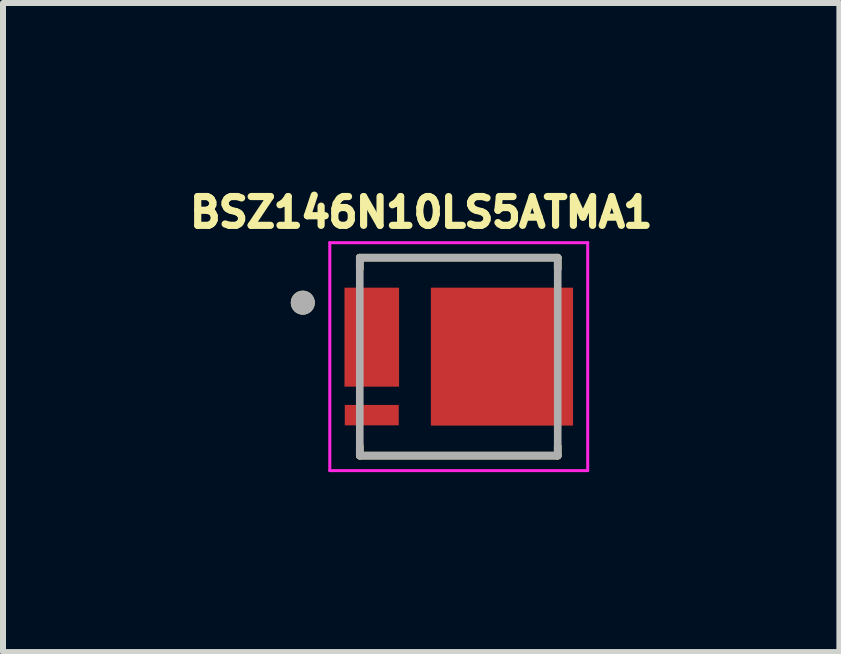
<source format=kicad_pcb>
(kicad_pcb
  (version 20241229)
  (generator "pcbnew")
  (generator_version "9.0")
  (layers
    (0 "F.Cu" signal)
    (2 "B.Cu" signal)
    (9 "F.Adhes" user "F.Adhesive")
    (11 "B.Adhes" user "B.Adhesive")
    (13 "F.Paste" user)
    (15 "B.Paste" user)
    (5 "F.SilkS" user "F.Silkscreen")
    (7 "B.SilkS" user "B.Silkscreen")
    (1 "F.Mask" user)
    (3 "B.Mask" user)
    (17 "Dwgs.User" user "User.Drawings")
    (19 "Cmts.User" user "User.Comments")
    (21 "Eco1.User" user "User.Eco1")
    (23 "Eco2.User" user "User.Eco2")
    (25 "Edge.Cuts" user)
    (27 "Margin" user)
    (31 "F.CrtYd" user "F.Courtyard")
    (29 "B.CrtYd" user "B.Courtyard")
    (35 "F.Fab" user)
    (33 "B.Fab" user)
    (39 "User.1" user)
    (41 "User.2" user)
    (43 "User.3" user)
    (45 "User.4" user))
  (footprint "BSZ146N10LS5ATMA1"
    (layer "F.Cu")
    (at 4.598 2.896)
    (property "Reference" "BSZ146N10LS5ATMA1" (at -0.626 -2.405 0) (layer "F.SilkS") (effects (font (size 0.48 0.48) (thickness 0.12))))
    (attr smd)
    (fp_poly (pts (xy -1.9 0.805) (xy -1 0.805) (xy -1 1.145) (xy -1.9 1.145)) (stroke (width 0.01) (type solid)) (fill yes) (layer "F.Mask"))
    (fp_poly (pts (xy -1.9 0.495) (xy -1.9 0.155) (xy -1.45 0.155) (xy -1.45 -0.155) (xy -1.9 -0.155) (xy -1.9 -0.495) (xy -1.45 -0.495) (xy -1.45 -0.805) (xy -1.9 -0.805) (xy -1.9 -1.145) (xy -1 -1.145) (xy -1 0.495)) (stroke (width 0.01) (type solid)) (fill yes) (layer "F.Mask"))
    (fp_poly (pts (xy -0.46 1.145) (xy -0.46 -1.145) (xy 1.9 -1.145) (xy 1.9 -0.805) (xy 1.25 -0.805) (xy 1.25 -0.495) (xy 1.9 -0.495) (xy 1.9 -0.155) (xy 1.25 -0.155) (xy 1.25 0.155) (xy 1.9 0.155) (xy 1.9 0.495) (xy 1.25 0.495) (xy 1.25 0.805) (xy 1.9 0.805) (xy 1.9 1.145)) (stroke (width 0.01) (type solid)) (fill yes) (layer "F.Mask"))
    (fp_line (start -1.65 -1.65) (end 1.65 -1.65) (stroke (width 0.127) (type solid)) (layer "F.SilkS"))
    (fp_line (start -1.65 -1.465) (end -1.65 -1.65) (stroke (width 0.127) (type solid)) (layer "F.SilkS"))
    (fp_line (start -1.65 1.65) (end -1.65 1.495) (stroke (width 0.127) (type solid)) (layer "F.SilkS"))
    (fp_line (start 1.65 -1.465) (end 1.65 -1.65) (stroke (width 0.127) (type solid)) (layer "F.SilkS"))
    (fp_line (start 1.65 1.65) (end -1.65 1.65) (stroke (width 0.127) (type solid)) (layer "F.SilkS"))
    (fp_line (start 1.65 1.65) (end 1.65 1.495) (stroke (width 0.127) (type solid)) (layer "F.SilkS"))
    (fp_circle (center -2.6 -0.9) (end -2.5 -0.9) (stroke (width 0.2) (type solid)) (fill no) (layer "F.SilkS"))
    (fp_poly (pts (xy -1.79 -1.095) (xy -1.61 -1.095) (xy -1.607 -1.095) (xy -1.604 -1.095) (xy -1.601 -1.094) (xy -1.598 -1.094) (xy -1.594 -1.093) (xy -1.591 -1.092) (xy -1.588 -1.091) (xy -1.586 -1.09) (xy -1.583 -1.088) (xy -1.58 -1.087) (xy -1.577 -1.085) (xy -1.575 -1.084) (xy -1.572 -1.082) (xy -1.57 -1.08) (xy -1.568 -1.077) (xy -1.565 -1.075) (xy -1.563 -1.073) (xy -1.561 -1.07) (xy -1.56 -1.068) (xy -1.558 -1.065) (xy -1.557 -1.062) (xy -1.555 -1.059) (xy -1.554 -1.057) (xy -1.553 -1.054) (xy -1.552 -1.051) (xy -1.551 -1.047) (xy -1.551 -1.044) (xy -1.55 -1.041) (xy -1.55 -1.038) (xy -1.55 -1.035) (xy -1.55 -0.915) (xy -1.55 -0.912) (xy -1.55 -0.909) (xy -1.551 -0.906) (xy -1.551 -0.903) (xy -1.552 -0.899) (xy -1.553 -0.896) (xy -1.554 -0.893) (xy -1.555 -0.891) (xy -1.557 -0.888) (xy -1.558 -0.885) (xy -1.56 -0.882) (xy -1.561 -0.88) (xy -1.563 -0.877) (xy -1.565 -0.875) (xy -1.568 -0.873) (xy -1.57 -0.87) (xy -1.572 -0.868) (xy -1.575 -0.866) (xy -1.577 -0.865) (xy -1.58 -0.863) (xy -1.583 -0.862) (xy -1.586 -0.86) (xy -1.588 -0.859) (xy -1.591 -0.858) (xy -1.594 -0.857) (xy -1.598 -0.856) (xy -1.601 -0.856) (xy -1.604 -0.855) (xy -1.607 -0.855) (xy -1.61 -0.855) (xy -1.79 -0.855) (xy -1.793 -0.855) (xy -1.796 -0.855) (xy -1.799 -0.856) (xy -1.802 -0.856) (xy -1.806 -0.857) (xy -1.809 -0.858) (xy -1.812 -0.859) (xy -1.814 -0.86) (xy -1.817 -0.862) (xy -1.82 -0.863) (xy -1.823 -0.865) (xy -1.825 -0.866) (xy -1.828 -0.868) (xy -1.83 -0.87) (xy -1.832 -0.873) (xy -1.835 -0.875) (xy -1.837 -0.877) (xy -1.839 -0.88) (xy -1.84 -0.882) (xy -1.842 -0.885) (xy -1.843 -0.888) (xy -1.845 -0.891) (xy -1.846 -0.893) (xy -1.847 -0.896) (xy -1.848 -0.899) (xy -1.849 -0.903) (xy -1.849 -0.906) (xy -1.85 -0.909) (xy -1.85 -0.912) (xy -1.85 -0.915) (xy -1.85 -1.035) (xy -1.85 -1.038) (xy -1.85 -1.041) (xy -1.849 -1.044) (xy -1.849 -1.047) (xy -1.848 -1.051) (xy -1.847 -1.054) (xy -1.846 -1.057) (xy -1.845 -1.059) (xy -1.843 -1.062) (xy -1.842 -1.065) (xy -1.84 -1.068) (xy -1.839 -1.07) (xy -1.837 -1.073) (xy -1.835 -1.075) (xy -1.832 -1.077) (xy -1.83 -1.08) (xy -1.828 -1.082) (xy -1.825 -1.084) (xy -1.823 -1.085) (xy -1.82 -1.087) (xy -1.817 -1.088) (xy -1.814 -1.09) (xy -1.812 -1.091) (xy -1.809 -1.092) (xy -1.806 -1.093) (xy -1.802 -1.094) (xy -1.799 -1.094) (xy -1.796 -1.095) (xy -1.793 -1.095) (xy -1.79 -1.095)) (stroke (width 0.01) (type solid)) (fill yes) (layer "F.Paste"))
    (fp_poly (pts (xy -1.79 -0.445) (xy -1.61 -0.445) (xy -1.607 -0.445) (xy -1.604 -0.445) (xy -1.601 -0.444) (xy -1.598 -0.444) (xy -1.594 -0.443) (xy -1.591 -0.442) (xy -1.588 -0.441) (xy -1.586 -0.44) (xy -1.583 -0.438) (xy -1.58 -0.437) (xy -1.577 -0.435) (xy -1.575 -0.434) (xy -1.572 -0.432) (xy -1.57 -0.43) (xy -1.568 -0.427) (xy -1.565 -0.425) (xy -1.563 -0.423) (xy -1.561 -0.42) (xy -1.56 -0.418) (xy -1.558 -0.415) (xy -1.557 -0.412) (xy -1.555 -0.409) (xy -1.554 -0.407) (xy -1.553 -0.404) (xy -1.552 -0.401) (xy -1.551 -0.397) (xy -1.551 -0.394) (xy -1.55 -0.391) (xy -1.55 -0.388) (xy -1.55 -0.385) (xy -1.55 -0.265) (xy -1.55 -0.262) (xy -1.55 -0.259) (xy -1.551 -0.256) (xy -1.551 -0.253) (xy -1.552 -0.249) (xy -1.553 -0.246) (xy -1.554 -0.243) (xy -1.555 -0.241) (xy -1.557 -0.238) (xy -1.558 -0.235) (xy -1.56 -0.232) (xy -1.561 -0.23) (xy -1.563 -0.227) (xy -1.565 -0.225) (xy -1.568 -0.223) (xy -1.57 -0.22) (xy -1.572 -0.218) (xy -1.575 -0.216) (xy -1.577 -0.215) (xy -1.58 -0.213) (xy -1.583 -0.212) (xy -1.586 -0.21) (xy -1.588 -0.209) (xy -1.591 -0.208) (xy -1.594 -0.207) (xy -1.598 -0.206) (xy -1.601 -0.206) (xy -1.604 -0.205) (xy -1.607 -0.205) (xy -1.61 -0.205) (xy -1.79 -0.205) (xy -1.793 -0.205) (xy -1.796 -0.205) (xy -1.799 -0.206) (xy -1.802 -0.206) (xy -1.806 -0.207) (xy -1.809 -0.208) (xy -1.812 -0.209) (xy -1.814 -0.21) (xy -1.817 -0.212) (xy -1.82 -0.213) (xy -1.823 -0.215) (xy -1.825 -0.216) (xy -1.828 -0.218) (xy -1.83 -0.22) (xy -1.832 -0.223) (xy -1.835 -0.225) (xy -1.837 -0.227) (xy -1.839 -0.23) (xy -1.84 -0.232) (xy -1.842 -0.235) (xy -1.843 -0.238) (xy -1.845 -0.241) (xy -1.846 -0.243) (xy -1.847 -0.246) (xy -1.848 -0.249) (xy -1.849 -0.253) (xy -1.849 -0.256) (xy -1.85 -0.259) (xy -1.85 -0.262) (xy -1.85 -0.265) (xy -1.85 -0.385) (xy -1.85 -0.388) (xy -1.85 -0.391) (xy -1.849 -0.394) (xy -1.849 -0.397) (xy -1.848 -0.401) (xy -1.847 -0.404) (xy -1.846 -0.407) (xy -1.845 -0.409) (xy -1.843 -0.412) (xy -1.842 -0.415) (xy -1.84 -0.418) (xy -1.839 -0.42) (xy -1.837 -0.423) (xy -1.835 -0.425) (xy -1.832 -0.427) (xy -1.83 -0.43) (xy -1.828 -0.432) (xy -1.825 -0.434) (xy -1.823 -0.435) (xy -1.82 -0.437) (xy -1.817 -0.438) (xy -1.814 -0.44) (xy -1.812 -0.441) (xy -1.809 -0.442) (xy -1.806 -0.443) (xy -1.802 -0.444) (xy -1.799 -0.444) (xy -1.796 -0.445) (xy -1.793 -0.445) (xy -1.79 -0.445)) (stroke (width 0.01) (type solid)) (fill yes) (layer "F.Paste"))
    (fp_poly (pts (xy -1.79 0.205) (xy -1.61 0.205) (xy -1.607 0.205) (xy -1.604 0.205) (xy -1.601 0.206) (xy -1.598 0.206) (xy -1.594 0.207) (xy -1.591 0.208) (xy -1.588 0.209) (xy -1.586 0.21) (xy -1.583 0.212) (xy -1.58 0.213) (xy -1.577 0.215) (xy -1.575 0.216) (xy -1.572 0.218) (xy -1.57 0.22) (xy -1.568 0.223) (xy -1.565 0.225) (xy -1.563 0.227) (xy -1.561 0.23) (xy -1.56 0.232) (xy -1.558 0.235) (xy -1.557 0.238) (xy -1.555 0.241) (xy -1.554 0.243) (xy -1.553 0.246) (xy -1.552 0.249) (xy -1.551 0.253) (xy -1.551 0.256) (xy -1.55 0.259) (xy -1.55 0.262) (xy -1.55 0.265) (xy -1.55 0.385) (xy -1.55 0.388) (xy -1.55 0.391) (xy -1.551 0.394) (xy -1.551 0.397) (xy -1.552 0.401) (xy -1.553 0.404) (xy -1.554 0.407) (xy -1.555 0.409) (xy -1.557 0.412) (xy -1.558 0.415) (xy -1.56 0.418) (xy -1.561 0.42) (xy -1.563 0.423) (xy -1.565 0.425) (xy -1.568 0.427) (xy -1.57 0.43) (xy -1.572 0.432) (xy -1.575 0.434) (xy -1.577 0.435) (xy -1.58 0.437) (xy -1.583 0.438) (xy -1.586 0.44) (xy -1.588 0.441) (xy -1.591 0.442) (xy -1.594 0.443) (xy -1.598 0.444) (xy -1.601 0.444) (xy -1.604 0.445) (xy -1.607 0.445) (xy -1.61 0.445) (xy -1.79 0.445) (xy -1.793 0.445) (xy -1.796 0.445) (xy -1.799 0.444) (xy -1.802 0.444) (xy -1.806 0.443) (xy -1.809 0.442) (xy -1.812 0.441) (xy -1.814 0.44) (xy -1.817 0.438) (xy -1.82 0.437) (xy -1.823 0.435) (xy -1.825 0.434) (xy -1.828 0.432) (xy -1.83 0.43) (xy -1.832 0.427) (xy -1.835 0.425) (xy -1.837 0.423) (xy -1.839 0.42) (xy -1.84 0.418) (xy -1.842 0.415) (xy -1.843 0.412) (xy -1.845 0.409) (xy -1.846 0.407) (xy -1.847 0.404) (xy -1.848 0.401) (xy -1.849 0.397) (xy -1.849 0.394) (xy -1.85 0.391) (xy -1.85 0.388) (xy -1.85 0.385) (xy -1.85 0.265) (xy -1.85 0.262) (xy -1.85 0.259) (xy -1.849 0.256) (xy -1.849 0.253) (xy -1.848 0.249) (xy -1.847 0.246) (xy -1.846 0.243) (xy -1.845 0.241) (xy -1.843 0.238) (xy -1.842 0.235) (xy -1.84 0.232) (xy -1.839 0.23) (xy -1.837 0.227) (xy -1.835 0.225) (xy -1.832 0.223) (xy -1.83 0.22) (xy -1.828 0.218) (xy -1.825 0.216) (xy -1.823 0.215) (xy -1.82 0.213) (xy -1.817 0.212) (xy -1.814 0.21) (xy -1.812 0.209) (xy -1.809 0.208) (xy -1.806 0.207) (xy -1.802 0.206) (xy -1.799 0.206) (xy -1.796 0.205) (xy -1.793 0.205) (xy -1.79 0.205)) (stroke (width 0.01) (type solid)) (fill yes) (layer "F.Paste"))
    (fp_poly (pts (xy -1.79 0.855) (xy -1.21 0.855) (xy -1.207 0.855) (xy -1.204 0.855) (xy -1.201 0.856) (xy -1.198 0.856) (xy -1.194 0.857) (xy -1.191 0.858) (xy -1.188 0.859) (xy -1.186 0.86) (xy -1.183 0.862) (xy -1.18 0.863) (xy -1.177 0.865) (xy -1.175 0.866) (xy -1.172 0.868) (xy -1.17 0.87) (xy -1.168 0.873) (xy -1.165 0.875) (xy -1.163 0.877) (xy -1.161 0.88) (xy -1.16 0.882) (xy -1.158 0.885) (xy -1.157 0.888) (xy -1.155 0.891) (xy -1.154 0.893) (xy -1.153 0.896) (xy -1.152 0.899) (xy -1.151 0.903) (xy -1.151 0.906) (xy -1.15 0.909) (xy -1.15 0.912) (xy -1.15 0.915) (xy -1.15 1.035) (xy -1.15 1.038) (xy -1.15 1.041) (xy -1.151 1.044) (xy -1.151 1.047) (xy -1.152 1.051) (xy -1.153 1.054) (xy -1.154 1.057) (xy -1.155 1.059) (xy -1.157 1.062) (xy -1.158 1.065) (xy -1.16 1.068) (xy -1.161 1.07) (xy -1.163 1.073) (xy -1.165 1.075) (xy -1.168 1.077) (xy -1.17 1.08) (xy -1.172 1.082) (xy -1.175 1.084) (xy -1.177 1.085) (xy -1.18 1.087) (xy -1.183 1.088) (xy -1.186 1.09) (xy -1.188 1.091) (xy -1.191 1.092) (xy -1.194 1.093) (xy -1.198 1.094) (xy -1.201 1.094) (xy -1.204 1.095) (xy -1.207 1.095) (xy -1.21 1.095) (xy -1.79 1.095) (xy -1.793 1.095) (xy -1.796 1.095) (xy -1.799 1.094) (xy -1.802 1.094) (xy -1.806 1.093) (xy -1.809 1.092) (xy -1.812 1.091) (xy -1.814 1.09) (xy -1.817 1.088) (xy -1.82 1.087) (xy -1.823 1.085) (xy -1.825 1.084) (xy -1.828 1.082) (xy -1.83 1.08) (xy -1.832 1.077) (xy -1.835 1.075) (xy -1.837 1.073) (xy -1.839 1.07) (xy -1.84 1.068) (xy -1.842 1.065) (xy -1.843 1.062) (xy -1.845 1.059) (xy -1.846 1.057) (xy -1.847 1.054) (xy -1.848 1.051) (xy -1.849 1.047) (xy -1.849 1.044) (xy -1.85 1.041) (xy -1.85 1.038) (xy -1.85 1.035) (xy -1.85 0.915) (xy -1.85 0.912) (xy -1.85 0.909) (xy -1.849 0.906) (xy -1.849 0.903) (xy -1.848 0.899) (xy -1.847 0.896) (xy -1.846 0.893) (xy -1.845 0.891) (xy -1.843 0.888) (xy -1.842 0.885) (xy -1.84 0.882) (xy -1.839 0.88) (xy -1.837 0.877) (xy -1.835 0.875) (xy -1.832 0.873) (xy -1.83 0.87) (xy -1.828 0.868) (xy -1.825 0.866) (xy -1.823 0.865) (xy -1.82 0.863) (xy -1.817 0.862) (xy -1.814 0.86) (xy -1.812 0.859) (xy -1.809 0.858) (xy -1.806 0.857) (xy -1.802 0.856) (xy -1.799 0.856) (xy -1.796 0.855) (xy -1.793 0.855) (xy -1.79 0.855)) (stroke (width 0.01) (type solid)) (fill yes) (layer "F.Paste"))
    (fp_poly (pts (xy -1.335 -1.095) (xy -1.105 -1.095) (xy -1.102 -1.095) (xy -1.099 -1.094) (xy -1.097 -1.094) (xy -1.094 -1.093) (xy -1.091 -1.093) (xy -1.088 -1.092) (xy -1.085 -1.09) (xy -1.082 -1.089) (xy -1.08 -1.088) (xy -1.077 -1.086) (xy -1.074 -1.085) (xy -1.072 -1.083) (xy -1.07 -1.081) (xy -1.068 -1.079) (xy -1.065 -1.077) (xy -1.063 -1.074) (xy -1.062 -1.072) (xy -1.06 -1.07) (xy -1.058 -1.067) (xy -1.057 -1.065) (xy -1.055 -1.062) (xy -1.054 -1.059) (xy -1.053 -1.056) (xy -1.052 -1.053) (xy -1.051 -1.05) (xy -1.051 -1.047) (xy -1.05 -1.045) (xy -1.05 -1.042) (xy -1.05 -1.039) (xy -1.05 -1.035) (xy -1.05 -0.485) (xy -1.05 -0.481) (xy -1.05 -0.478) (xy -1.05 -0.475) (xy -1.051 -0.473) (xy -1.051 -0.47) (xy -1.052 -0.467) (xy -1.053 -0.464) (xy -1.054 -0.461) (xy -1.055 -0.458) (xy -1.057 -0.455) (xy -1.058 -0.453) (xy -1.06 -0.45) (xy -1.062 -0.448) (xy -1.063 -0.446) (xy -1.065 -0.443) (xy -1.068 -0.441) (xy -1.07 -0.439) (xy -1.072 -0.437) (xy -1.074 -0.435) (xy -1.077 -0.434) (xy -1.08 -0.432) (xy -1.082 -0.431) (xy -1.085 -0.43) (xy -1.088 -0.428) (xy -1.091 -0.427) (xy -1.094 -0.427) (xy -1.097 -0.426) (xy -1.099 -0.426) (xy -1.102 -0.425) (xy -1.105 -0.425) (xy -1.335 -0.425) (xy -1.339 -0.425) (xy -1.342 -0.425) (xy -1.345 -0.425) (xy -1.348 -0.426) (xy -1.352 -0.427) (xy -1.355 -0.427) (xy -1.358 -0.428) (xy -1.361 -0.43) (xy -1.364 -0.431) (xy -1.367 -0.432) (xy -1.37 -0.434) (xy -1.372 -0.436) (xy -1.375 -0.438) (xy -1.378 -0.44) (xy -1.38 -0.442) (xy -1.382 -0.444) (xy -1.385 -0.446) (xy -1.387 -0.449) (xy -1.389 -0.452) (xy -1.391 -0.454) (xy -1.392 -0.457) (xy -1.394 -0.46) (xy -1.395 -0.463) (xy -1.396 -0.466) (xy -1.397 -0.469) (xy -1.398 -0.472) (xy -1.399 -0.476) (xy -1.399 -0.479) (xy -1.4 -0.482) (xy -1.4 -0.485) (xy -1.4 -1.035) (xy -1.4 -1.038) (xy -1.399 -1.041) (xy -1.399 -1.044) (xy -1.398 -1.048) (xy -1.397 -1.051) (xy -1.396 -1.054) (xy -1.395 -1.057) (xy -1.394 -1.06) (xy -1.392 -1.063) (xy -1.391 -1.066) (xy -1.389 -1.068) (xy -1.387 -1.071) (xy -1.385 -1.074) (xy -1.382 -1.076) (xy -1.38 -1.078) (xy -1.378 -1.08) (xy -1.375 -1.082) (xy -1.372 -1.084) (xy -1.37 -1.086) (xy -1.367 -1.088) (xy -1.364 -1.089) (xy -1.361 -1.09) (xy -1.358 -1.092) (xy -1.355 -1.093) (xy -1.352 -1.093) (xy -1.348 -1.094) (xy -1.345 -1.095) (xy -1.342 -1.095) (xy -1.339 -1.095) (xy -1.335 -1.095)) (stroke (width 0.01) (type solid)) (fill yes) (layer "F.Paste"))
    (fp_poly (pts (xy -1.335 -0.225) (xy -1.105 -0.225) (xy -1.102 -0.225) (xy -1.099 -0.224) (xy -1.097 -0.224) (xy -1.094 -0.223) (xy -1.091 -0.223) (xy -1.088 -0.222) (xy -1.085 -0.22) (xy -1.082 -0.219) (xy -1.08 -0.218) (xy -1.077 -0.216) (xy -1.074 -0.215) (xy -1.072 -0.213) (xy -1.07 -0.211) (xy -1.068 -0.209) (xy -1.065 -0.207) (xy -1.063 -0.204) (xy -1.062 -0.202) (xy -1.06 -0.2) (xy -1.058 -0.197) (xy -1.057 -0.195) (xy -1.055 -0.192) (xy -1.054 -0.189) (xy -1.053 -0.186) (xy -1.052 -0.183) (xy -1.051 -0.18) (xy -1.051 -0.177) (xy -1.05 -0.175) (xy -1.05 -0.172) (xy -1.05 -0.169) (xy -1.05 -0.165) (xy -1.05 0.385) (xy -1.05 0.389) (xy -1.05 0.392) (xy -1.05 0.395) (xy -1.051 0.397) (xy -1.051 0.4) (xy -1.052 0.403) (xy -1.053 0.406) (xy -1.054 0.409) (xy -1.055 0.412) (xy -1.057 0.415) (xy -1.058 0.417) (xy -1.06 0.42) (xy -1.062 0.422) (xy -1.063 0.424) (xy -1.065 0.427) (xy -1.068 0.429) (xy -1.07 0.431) (xy -1.072 0.433) (xy -1.074 0.435) (xy -1.077 0.436) (xy -1.08 0.438) (xy -1.082 0.439) (xy -1.085 0.44) (xy -1.088 0.442) (xy -1.091 0.443) (xy -1.094 0.443) (xy -1.097 0.444) (xy -1.099 0.444) (xy -1.102 0.445) (xy -1.105 0.445) (xy -1.335 0.445) (xy -1.339 0.445) (xy -1.342 0.445) (xy -1.345 0.445) (xy -1.348 0.444) (xy -1.352 0.443) (xy -1.355 0.443) (xy -1.358 0.442) (xy -1.361 0.44) (xy -1.364 0.439) (xy -1.367 0.438) (xy -1.37 0.436) (xy -1.372 0.434) (xy -1.375 0.432) (xy -1.378 0.43) (xy -1.38 0.428) (xy -1.382 0.426) (xy -1.385 0.424) (xy -1.387 0.421) (xy -1.389 0.418) (xy -1.391 0.416) (xy -1.392 0.413) (xy -1.394 0.41) (xy -1.395 0.407) (xy -1.396 0.404) (xy -1.397 0.401) (xy -1.398 0.398) (xy -1.399 0.394) (xy -1.399 0.391) (xy -1.4 0.388) (xy -1.4 0.385) (xy -1.4 -0.165) (xy -1.4 -0.168) (xy -1.399 -0.171) (xy -1.399 -0.174) (xy -1.398 -0.178) (xy -1.397 -0.181) (xy -1.396 -0.184) (xy -1.395 -0.187) (xy -1.394 -0.19) (xy -1.392 -0.193) (xy -1.391 -0.196) (xy -1.389 -0.198) (xy -1.387 -0.201) (xy -1.385 -0.204) (xy -1.382 -0.206) (xy -1.38 -0.208) (xy -1.378 -0.21) (xy -1.375 -0.212) (xy -1.372 -0.214) (xy -1.37 -0.216) (xy -1.367 -0.218) (xy -1.364 -0.219) (xy -1.361 -0.22) (xy -1.358 -0.222) (xy -1.355 -0.223) (xy -1.352 -0.223) (xy -1.348 -0.224) (xy -1.345 -0.225) (xy -1.342 -0.225) (xy -1.339 -0.225) (xy -1.335 -0.225)) (stroke (width 0.01) (type solid)) (fill yes) (layer "F.Paste"))
    (fp_poly (pts (xy -0.29 -1.095) (xy 0.99 -1.095) (xy 0.993 -1.095) (xy 0.996 -1.095) (xy 0.999 -1.094) (xy 1.002 -1.094) (xy 1.006 -1.093) (xy 1.009 -1.092) (xy 1.012 -1.091) (xy 1.014 -1.09) (xy 1.017 -1.088) (xy 1.02 -1.087) (xy 1.023 -1.085) (xy 1.025 -1.084) (xy 1.028 -1.082) (xy 1.03 -1.08) (xy 1.032 -1.077) (xy 1.035 -1.075) (xy 1.037 -1.073) (xy 1.039 -1.07) (xy 1.04 -1.068) (xy 1.042 -1.065) (xy 1.043 -1.062) (xy 1.045 -1.059) (xy 1.046 -1.057) (xy 1.047 -1.054) (xy 1.048 -1.051) (xy 1.049 -1.047) (xy 1.049 -1.044) (xy 1.05 -1.041) (xy 1.05 -1.038) (xy 1.05 -1.035) (xy 1.05 -0.915) (xy 1.05 -0.912) (xy 1.05 -0.909) (xy 1.049 -0.906) (xy 1.049 -0.903) (xy 1.048 -0.899) (xy 1.047 -0.896) (xy 1.046 -0.893) (xy 1.045 -0.891) (xy 1.043 -0.888) (xy 1.042 -0.885) (xy 1.04 -0.882) (xy 1.039 -0.88) (xy 1.037 -0.877) (xy 1.035 -0.875) (xy 1.032 -0.873) (xy 1.03 -0.87) (xy 1.028 -0.868) (xy 1.025 -0.866) (xy 1.023 -0.865) (xy 1.02 -0.863) (xy 1.017 -0.862) (xy 1.014 -0.86) (xy 1.012 -0.859) (xy 1.009 -0.858) (xy 1.006 -0.857) (xy 1.002 -0.856) (xy 0.999 -0.856) (xy 0.996 -0.855) (xy 0.993 -0.855) (xy 0.99 -0.855) (xy -0.29 -0.855) (xy -0.293 -0.855) (xy -0.296 -0.855) (xy -0.299 -0.856) (xy -0.302 -0.856) (xy -0.306 -0.857) (xy -0.309 -0.858) (xy -0.312 -0.859) (xy -0.314 -0.86) (xy -0.317 -0.862) (xy -0.32 -0.863) (xy -0.323 -0.865) (xy -0.325 -0.866) (xy -0.328 -0.868) (xy -0.33 -0.87) (xy -0.332 -0.873) (xy -0.335 -0.875) (xy -0.337 -0.877) (xy -0.339 -0.88) (xy -0.34 -0.882) (xy -0.342 -0.885) (xy -0.343 -0.888) (xy -0.345 -0.891) (xy -0.346 -0.893) (xy -0.347 -0.896) (xy -0.348 -0.899) (xy -0.349 -0.903) (xy -0.349 -0.906) (xy -0.35 -0.909) (xy -0.35 -0.912) (xy -0.35 -0.915) (xy -0.35 -1.035) (xy -0.35 -1.038) (xy -0.35 -1.041) (xy -0.349 -1.044) (xy -0.349 -1.047) (xy -0.348 -1.051) (xy -0.347 -1.054) (xy -0.346 -1.057) (xy -0.345 -1.059) (xy -0.343 -1.062) (xy -0.342 -1.065) (xy -0.34 -1.068) (xy -0.339 -1.07) (xy -0.337 -1.073) (xy -0.335 -1.075) (xy -0.332 -1.077) (xy -0.33 -1.08) (xy -0.328 -1.082) (xy -0.325 -1.084) (xy -0.323 -1.085) (xy -0.32 -1.087) (xy -0.317 -1.088) (xy -0.314 -1.09) (xy -0.312 -1.091) (xy -0.309 -1.092) (xy -0.306 -1.093) (xy -0.302 -1.094) (xy -0.299 -1.094) (xy -0.296 -1.095) (xy -0.293 -1.095) (xy -0.29 -1.095)) (stroke (width 0.01) (type solid)) (fill yes) (layer "F.Paste"))
    (fp_poly (pts (xy -0.29 -0.545) (xy 0.99 -0.545) (xy 0.993 -0.545) (xy 0.996 -0.545) (xy 0.999 -0.544) (xy 1.002 -0.544) (xy 1.006 -0.543) (xy 1.009 -0.542) (xy 1.012 -0.541) (xy 1.014 -0.54) (xy 1.017 -0.538) (xy 1.02 -0.537) (xy 1.023 -0.535) (xy 1.025 -0.534) (xy 1.028 -0.532) (xy 1.03 -0.53) (xy 1.032 -0.527) (xy 1.035 -0.525) (xy 1.037 -0.523) (xy 1.039 -0.52) (xy 1.04 -0.518) (xy 1.042 -0.515) (xy 1.043 -0.512) (xy 1.045 -0.509) (xy 1.046 -0.507) (xy 1.047 -0.504) (xy 1.048 -0.501) (xy 1.049 -0.497) (xy 1.049 -0.494) (xy 1.05 -0.491) (xy 1.05 -0.488) (xy 1.05 -0.485) (xy 1.05 0.485) (xy 1.05 0.488) (xy 1.05 0.491) (xy 1.049 0.494) (xy 1.049 0.497) (xy 1.048 0.501) (xy 1.047 0.504) (xy 1.046 0.507) (xy 1.045 0.509) (xy 1.043 0.512) (xy 1.042 0.515) (xy 1.04 0.518) (xy 1.039 0.52) (xy 1.037 0.523) (xy 1.035 0.525) (xy 1.032 0.527) (xy 1.03 0.53) (xy 1.028 0.532) (xy 1.025 0.534) (xy 1.023 0.535) (xy 1.02 0.537) (xy 1.017 0.538) (xy 1.014 0.54) (xy 1.012 0.541) (xy 1.009 0.542) (xy 1.006 0.543) (xy 1.002 0.544) (xy 0.999 0.544) (xy 0.996 0.545) (xy 0.993 0.545) (xy 0.99 0.545) (xy -0.29 0.545) (xy -0.293 0.545) (xy -0.296 0.545) (xy -0.299 0.544) (xy -0.302 0.544) (xy -0.306 0.543) (xy -0.309 0.542) (xy -0.312 0.541) (xy -0.314 0.54) (xy -0.317 0.538) (xy -0.32 0.537) (xy -0.323 0.535) (xy -0.325 0.534) (xy -0.328 0.532) (xy -0.33 0.53) (xy -0.332 0.527) (xy -0.335 0.525) (xy -0.337 0.523) (xy -0.339 0.52) (xy -0.34 0.518) (xy -0.342 0.515) (xy -0.343 0.512) (xy -0.345 0.509) (xy -0.346 0.507) (xy -0.347 0.504) (xy -0.348 0.501) (xy -0.349 0.497) (xy -0.349 0.494) (xy -0.35 0.491) (xy -0.35 0.488) (xy -0.35 0.485) (xy -0.35 -0.485) (xy -0.35 -0.488) (xy -0.35 -0.491) (xy -0.349 -0.494) (xy -0.349 -0.497) (xy -0.348 -0.501) (xy -0.347 -0.504) (xy -0.346 -0.507) (xy -0.345 -0.509) (xy -0.343 -0.512) (xy -0.342 -0.515) (xy -0.34 -0.518) (xy -0.339 -0.52) (xy -0.337 -0.523) (xy -0.335 -0.525) (xy -0.332 -0.527) (xy -0.33 -0.53) (xy -0.328 -0.532) (xy -0.325 -0.534) (xy -0.323 -0.535) (xy -0.32 -0.537) (xy -0.317 -0.538) (xy -0.314 -0.54) (xy -0.312 -0.541) (xy -0.309 -0.542) (xy -0.306 -0.543) (xy -0.302 -0.544) (xy -0.299 -0.544) (xy -0.296 -0.545) (xy -0.293 -0.545) (xy -0.29 -0.545)) (stroke (width 0.01) (type solid)) (fill yes) (layer "F.Paste"))
    (fp_poly (pts (xy -0.29 0.855) (xy 0.99 0.855) (xy 0.993 0.855) (xy 0.996 0.855) (xy 0.999 0.856) (xy 1.002 0.856) (xy 1.006 0.857) (xy 1.009 0.858) (xy 1.012 0.859) (xy 1.014 0.86) (xy 1.017 0.862) (xy 1.02 0.863) (xy 1.023 0.865) (xy 1.025 0.866) (xy 1.028 0.868) (xy 1.03 0.87) (xy 1.032 0.873) (xy 1.035 0.875) (xy 1.037 0.877) (xy 1.039 0.88) (xy 1.04 0.882) (xy 1.042 0.885) (xy 1.043 0.888) (xy 1.045 0.891) (xy 1.046 0.893) (xy 1.047 0.896) (xy 1.048 0.899) (xy 1.049 0.903) (xy 1.049 0.906) (xy 1.05 0.909) (xy 1.05 0.912) (xy 1.05 0.915) (xy 1.05 1.035) (xy 1.05 1.038) (xy 1.05 1.041) (xy 1.049 1.044) (xy 1.049 1.047) (xy 1.048 1.051) (xy 1.047 1.054) (xy 1.046 1.057) (xy 1.045 1.059) (xy 1.043 1.062) (xy 1.042 1.065) (xy 1.04 1.068) (xy 1.039 1.07) (xy 1.037 1.073) (xy 1.035 1.075) (xy 1.032 1.077) (xy 1.03 1.08) (xy 1.028 1.082) (xy 1.025 1.084) (xy 1.023 1.085) (xy 1.02 1.087) (xy 1.017 1.088) (xy 1.014 1.09) (xy 1.012 1.091) (xy 1.009 1.092) (xy 1.006 1.093) (xy 1.002 1.094) (xy 0.999 1.094) (xy 0.996 1.095) (xy 0.993 1.095) (xy 0.99 1.095) (xy -0.29 1.095) (xy -0.293 1.095) (xy -0.296 1.095) (xy -0.299 1.094) (xy -0.302 1.094) (xy -0.306 1.093) (xy -0.309 1.092) (xy -0.312 1.091) (xy -0.314 1.09) (xy -0.317 1.088) (xy -0.32 1.087) (xy -0.323 1.085) (xy -0.325 1.084) (xy -0.328 1.082) (xy -0.33 1.08) (xy -0.332 1.077) (xy -0.335 1.075) (xy -0.337 1.073) (xy -0.339 1.07) (xy -0.34 1.068) (xy -0.342 1.065) (xy -0.343 1.062) (xy -0.345 1.059) (xy -0.346 1.057) (xy -0.347 1.054) (xy -0.348 1.051) (xy -0.349 1.047) (xy -0.349 1.044) (xy -0.35 1.041) (xy -0.35 1.038) (xy -0.35 1.035) (xy -0.35 0.915) (xy -0.35 0.912) (xy -0.35 0.909) (xy -0.349 0.906) (xy -0.349 0.903) (xy -0.348 0.899) (xy -0.347 0.896) (xy -0.346 0.893) (xy -0.345 0.891) (xy -0.343 0.888) (xy -0.342 0.885) (xy -0.34 0.882) (xy -0.339 0.88) (xy -0.337 0.877) (xy -0.335 0.875) (xy -0.332 0.873) (xy -0.33 0.87) (xy -0.328 0.868) (xy -0.325 0.866) (xy -0.323 0.865) (xy -0.32 0.863) (xy -0.317 0.862) (xy -0.314 0.86) (xy -0.312 0.859) (xy -0.309 0.858) (xy -0.306 0.857) (xy -0.302 0.856) (xy -0.299 0.856) (xy -0.296 0.855) (xy -0.293 0.855) (xy -0.29 0.855)) (stroke (width 0.01) (type solid)) (fill yes) (layer "F.Paste"))
    (fp_poly (pts (xy 1.305 -1.095) (xy 1.785 -1.095) (xy 1.788 -1.095) (xy 1.791 -1.095) (xy 1.794 -1.094) (xy 1.797 -1.094) (xy 1.801 -1.093) (xy 1.804 -1.092) (xy 1.807 -1.091) (xy 1.809 -1.09) (xy 1.812 -1.088) (xy 1.815 -1.087) (xy 1.818 -1.085) (xy 1.82 -1.084) (xy 1.823 -1.082) (xy 1.825 -1.08) (xy 1.827 -1.077) (xy 1.83 -1.075) (xy 1.832 -1.073) (xy 1.834 -1.07) (xy 1.835 -1.068) (xy 1.837 -1.065) (xy 1.838 -1.062) (xy 1.84 -1.059) (xy 1.841 -1.057) (xy 1.842 -1.054) (xy 1.843 -1.051) (xy 1.844 -1.047) (xy 1.844 -1.044) (xy 1.845 -1.041) (xy 1.845 -1.038) (xy 1.845 -1.035) (xy 1.845 -0.915) (xy 1.845 -0.912) (xy 1.845 -0.909) (xy 1.844 -0.906) (xy 1.844 -0.903) (xy 1.843 -0.899) (xy 1.842 -0.896) (xy 1.841 -0.893) (xy 1.84 -0.891) (xy 1.838 -0.888) (xy 1.837 -0.885) (xy 1.835 -0.882) (xy 1.834 -0.88) (xy 1.832 -0.877) (xy 1.83 -0.875) (xy 1.827 -0.873) (xy 1.825 -0.87) (xy 1.823 -0.868) (xy 1.82 -0.866) (xy 1.818 -0.865) (xy 1.815 -0.863) (xy 1.812 -0.862) (xy 1.809 -0.86) (xy 1.807 -0.859) (xy 1.804 -0.858) (xy 1.801 -0.857) (xy 1.797 -0.856) (xy 1.794 -0.856) (xy 1.791 -0.855) (xy 1.788 -0.855) (xy 1.785 -0.855) (xy 1.305 -0.855) (xy 1.302 -0.855) (xy 1.299 -0.855) (xy 1.296 -0.856) (xy 1.293 -0.856) (xy 1.289 -0.857) (xy 1.286 -0.858) (xy 1.283 -0.859) (xy 1.281 -0.86) (xy 1.278 -0.862) (xy 1.275 -0.863) (xy 1.272 -0.865) (xy 1.27 -0.866) (xy 1.267 -0.868) (xy 1.265 -0.87) (xy 1.263 -0.873) (xy 1.26 -0.875) (xy 1.258 -0.877) (xy 1.256 -0.88) (xy 1.255 -0.882) (xy 1.253 -0.885) (xy 1.252 -0.888) (xy 1.25 -0.891) (xy 1.249 -0.893) (xy 1.248 -0.896) (xy 1.247 -0.899) (xy 1.246 -0.903) (xy 1.246 -0.906) (xy 1.245 -0.909) (xy 1.245 -0.912) (xy 1.245 -0.915) (xy 1.245 -1.035) (xy 1.245 -1.038) (xy 1.245 -1.041) (xy 1.246 -1.044) (xy 1.246 -1.047) (xy 1.247 -1.051) (xy 1.248 -1.054) (xy 1.249 -1.057) (xy 1.25 -1.059) (xy 1.252 -1.062) (xy 1.253 -1.065) (xy 1.255 -1.068) (xy 1.256 -1.07) (xy 1.258 -1.073) (xy 1.26 -1.075) (xy 1.263 -1.077) (xy 1.265 -1.08) (xy 1.267 -1.082) (xy 1.27 -1.084) (xy 1.272 -1.085) (xy 1.275 -1.087) (xy 1.278 -1.088) (xy 1.281 -1.09) (xy 1.283 -1.091) (xy 1.286 -1.092) (xy 1.289 -1.093) (xy 1.293 -1.094) (xy 1.296 -1.094) (xy 1.299 -1.095) (xy 1.302 -1.095) (xy 1.305 -1.095)) (stroke (width 0.01) (type solid)) (fill yes) (layer "F.Paste"))
    (fp_poly (pts (xy 1.305 -0.445) (xy 1.785 -0.445) (xy 1.788 -0.445) (xy 1.791 -0.445) (xy 1.794 -0.444) (xy 1.797 -0.444) (xy 1.801 -0.443) (xy 1.804 -0.442) (xy 1.807 -0.441) (xy 1.809 -0.44) (xy 1.812 -0.438) (xy 1.815 -0.437) (xy 1.818 -0.435) (xy 1.82 -0.434) (xy 1.823 -0.432) (xy 1.825 -0.43) (xy 1.827 -0.427) (xy 1.83 -0.425) (xy 1.832 -0.423) (xy 1.834 -0.42) (xy 1.835 -0.418) (xy 1.837 -0.415) (xy 1.838 -0.412) (xy 1.84 -0.409) (xy 1.841 -0.407) (xy 1.842 -0.404) (xy 1.843 -0.401) (xy 1.844 -0.397) (xy 1.844 -0.394) (xy 1.845 -0.391) (xy 1.845 -0.388) (xy 1.845 -0.385) (xy 1.845 -0.265) (xy 1.845 -0.262) (xy 1.845 -0.259) (xy 1.844 -0.256) (xy 1.844 -0.253) (xy 1.843 -0.249) (xy 1.842 -0.246) (xy 1.841 -0.243) (xy 1.84 -0.241) (xy 1.838 -0.238) (xy 1.837 -0.235) (xy 1.835 -0.232) (xy 1.834 -0.23) (xy 1.832 -0.227) (xy 1.83 -0.225) (xy 1.827 -0.223) (xy 1.825 -0.22) (xy 1.823 -0.218) (xy 1.82 -0.216) (xy 1.818 -0.215) (xy 1.815 -0.213) (xy 1.812 -0.212) (xy 1.809 -0.21) (xy 1.807 -0.209) (xy 1.804 -0.208) (xy 1.801 -0.207) (xy 1.797 -0.206) (xy 1.794 -0.206) (xy 1.791 -0.205) (xy 1.788 -0.205) (xy 1.785 -0.205) (xy 1.305 -0.205) (xy 1.302 -0.205) (xy 1.299 -0.205) (xy 1.296 -0.206) (xy 1.293 -0.206) (xy 1.289 -0.207) (xy 1.286 -0.208) (xy 1.283 -0.209) (xy 1.281 -0.21) (xy 1.278 -0.212) (xy 1.275 -0.213) (xy 1.272 -0.215) (xy 1.27 -0.216) (xy 1.267 -0.218) (xy 1.265 -0.22) (xy 1.263 -0.223) (xy 1.26 -0.225) (xy 1.258 -0.227) (xy 1.256 -0.23) (xy 1.255 -0.232) (xy 1.253 -0.235) (xy 1.252 -0.238) (xy 1.25 -0.241) (xy 1.249 -0.243) (xy 1.248 -0.246) (xy 1.247 -0.249) (xy 1.246 -0.253) (xy 1.246 -0.256) (xy 1.245 -0.259) (xy 1.245 -0.262) (xy 1.245 -0.265) (xy 1.245 -0.385) (xy 1.245 -0.388) (xy 1.245 -0.391) (xy 1.246 -0.394) (xy 1.246 -0.397) (xy 1.247 -0.401) (xy 1.248 -0.404) (xy 1.249 -0.407) (xy 1.25 -0.409) (xy 1.252 -0.412) (xy 1.253 -0.415) (xy 1.255 -0.418) (xy 1.256 -0.42) (xy 1.258 -0.423) (xy 1.26 -0.425) (xy 1.263 -0.427) (xy 1.265 -0.43) (xy 1.267 -0.432) (xy 1.27 -0.434) (xy 1.272 -0.435) (xy 1.275 -0.437) (xy 1.278 -0.438) (xy 1.281 -0.44) (xy 1.283 -0.441) (xy 1.286 -0.442) (xy 1.289 -0.443) (xy 1.293 -0.444) (xy 1.296 -0.444) (xy 1.299 -0.445) (xy 1.302 -0.445) (xy 1.305 -0.445)) (stroke (width 0.01) (type solid)) (fill yes) (layer "F.Paste"))
    (fp_poly (pts (xy 1.305 0.205) (xy 1.785 0.205) (xy 1.788 0.205) (xy 1.791 0.205) (xy 1.794 0.206) (xy 1.797 0.206) (xy 1.801 0.207) (xy 1.804 0.208) (xy 1.807 0.209) (xy 1.809 0.21) (xy 1.812 0.212) (xy 1.815 0.213) (xy 1.818 0.215) (xy 1.82 0.216) (xy 1.823 0.218) (xy 1.825 0.22) (xy 1.827 0.223) (xy 1.83 0.225) (xy 1.832 0.227) (xy 1.834 0.23) (xy 1.835 0.232) (xy 1.837 0.235) (xy 1.838 0.238) (xy 1.84 0.241) (xy 1.841 0.243) (xy 1.842 0.246) (xy 1.843 0.249) (xy 1.844 0.253) (xy 1.844 0.256) (xy 1.845 0.259) (xy 1.845 0.262) (xy 1.845 0.265) (xy 1.845 0.385) (xy 1.845 0.388) (xy 1.845 0.391) (xy 1.844 0.394) (xy 1.844 0.397) (xy 1.843 0.401) (xy 1.842 0.404) (xy 1.841 0.407) (xy 1.84 0.409) (xy 1.838 0.412) (xy 1.837 0.415) (xy 1.835 0.418) (xy 1.834 0.42) (xy 1.832 0.423) (xy 1.83 0.425) (xy 1.827 0.427) (xy 1.825 0.43) (xy 1.823 0.432) (xy 1.82 0.434) (xy 1.818 0.435) (xy 1.815 0.437) (xy 1.812 0.438) (xy 1.809 0.44) (xy 1.807 0.441) (xy 1.804 0.442) (xy 1.801 0.443) (xy 1.797 0.444) (xy 1.794 0.444) (xy 1.791 0.445) (xy 1.788 0.445) (xy 1.785 0.445) (xy 1.305 0.445) (xy 1.302 0.445) (xy 1.299 0.445) (xy 1.296 0.444) (xy 1.293 0.444) (xy 1.289 0.443) (xy 1.286 0.442) (xy 1.283 0.441) (xy 1.281 0.44) (xy 1.278 0.438) (xy 1.275 0.437) (xy 1.272 0.435) (xy 1.27 0.434) (xy 1.267 0.432) (xy 1.265 0.43) (xy 1.263 0.427) (xy 1.26 0.425) (xy 1.258 0.423) (xy 1.256 0.42) (xy 1.255 0.418) (xy 1.253 0.415) (xy 1.252 0.412) (xy 1.25 0.409) (xy 1.249 0.407) (xy 1.248 0.404) (xy 1.247 0.401) (xy 1.246 0.397) (xy 1.246 0.394) (xy 1.245 0.391) (xy 1.245 0.388) (xy 1.245 0.385) (xy 1.245 0.265) (xy 1.245 0.262) (xy 1.245 0.259) (xy 1.246 0.256) (xy 1.246 0.253) (xy 1.247 0.249) (xy 1.248 0.246) (xy 1.249 0.243) (xy 1.25 0.241) (xy 1.252 0.238) (xy 1.253 0.235) (xy 1.255 0.232) (xy 1.256 0.23) (xy 1.258 0.227) (xy 1.26 0.225) (xy 1.263 0.223) (xy 1.265 0.22) (xy 1.267 0.218) (xy 1.27 0.216) (xy 1.272 0.215) (xy 1.275 0.213) (xy 1.278 0.212) (xy 1.281 0.21) (xy 1.283 0.209) (xy 1.286 0.208) (xy 1.289 0.207) (xy 1.293 0.206) (xy 1.296 0.206) (xy 1.299 0.205) (xy 1.302 0.205) (xy 1.305 0.205)) (stroke (width 0.01) (type solid)) (fill yes) (layer "F.Paste"))
    (fp_poly (pts (xy 1.305 0.855) (xy 1.785 0.855) (xy 1.788 0.855) (xy 1.791 0.855) (xy 1.794 0.856) (xy 1.797 0.856) (xy 1.801 0.857) (xy 1.804 0.858) (xy 1.807 0.859) (xy 1.809 0.86) (xy 1.812 0.862) (xy 1.815 0.863) (xy 1.818 0.865) (xy 1.82 0.866) (xy 1.823 0.868) (xy 1.825 0.87) (xy 1.827 0.873) (xy 1.83 0.875) (xy 1.832 0.877) (xy 1.834 0.88) (xy 1.835 0.882) (xy 1.837 0.885) (xy 1.838 0.888) (xy 1.84 0.891) (xy 1.841 0.893) (xy 1.842 0.896) (xy 1.843 0.899) (xy 1.844 0.903) (xy 1.844 0.906) (xy 1.845 0.909) (xy 1.845 0.912) (xy 1.845 0.915) (xy 1.845 1.035) (xy 1.845 1.038) (xy 1.845 1.041) (xy 1.844 1.044) (xy 1.844 1.047) (xy 1.843 1.051) (xy 1.842 1.054) (xy 1.841 1.057) (xy 1.84 1.059) (xy 1.838 1.062) (xy 1.837 1.065) (xy 1.835 1.068) (xy 1.834 1.07) (xy 1.832 1.073) (xy 1.83 1.075) (xy 1.827 1.077) (xy 1.825 1.08) (xy 1.823 1.082) (xy 1.82 1.084) (xy 1.818 1.085) (xy 1.815 1.087) (xy 1.812 1.088) (xy 1.809 1.09) (xy 1.807 1.091) (xy 1.804 1.092) (xy 1.801 1.093) (xy 1.797 1.094) (xy 1.794 1.094) (xy 1.791 1.095) (xy 1.788 1.095) (xy 1.785 1.095) (xy 1.305 1.095) (xy 1.302 1.095) (xy 1.299 1.095) (xy 1.296 1.094) (xy 1.293 1.094) (xy 1.289 1.093) (xy 1.286 1.092) (xy 1.283 1.091) (xy 1.281 1.09) (xy 1.278 1.088) (xy 1.275 1.087) (xy 1.272 1.085) (xy 1.27 1.084) (xy 1.267 1.082) (xy 1.265 1.08) (xy 1.263 1.077) (xy 1.26 1.075) (xy 1.258 1.073) (xy 1.256 1.07) (xy 1.255 1.068) (xy 1.253 1.065) (xy 1.252 1.062) (xy 1.25 1.059) (xy 1.249 1.057) (xy 1.248 1.054) (xy 1.247 1.051) (xy 1.246 1.047) (xy 1.246 1.044) (xy 1.245 1.041) (xy 1.245 1.038) (xy 1.245 1.035) (xy 1.245 0.915) (xy 1.245 0.912) (xy 1.245 0.909) (xy 1.246 0.906) (xy 1.246 0.903) (xy 1.247 0.899) (xy 1.248 0.896) (xy 1.249 0.893) (xy 1.25 0.891) (xy 1.252 0.888) (xy 1.253 0.885) (xy 1.255 0.882) (xy 1.256 0.88) (xy 1.258 0.877) (xy 1.26 0.875) (xy 1.263 0.873) (xy 1.265 0.87) (xy 1.267 0.868) (xy 1.27 0.866) (xy 1.272 0.865) (xy 1.275 0.863) (xy 1.278 0.862) (xy 1.281 0.86) (xy 1.283 0.859) (xy 1.286 0.858) (xy 1.289 0.857) (xy 1.293 0.856) (xy 1.296 0.856) (xy 1.299 0.855) (xy 1.302 0.855) (xy 1.305 0.855)) (stroke (width 0.01) (type solid)) (fill yes) (layer "F.Paste"))
    (fp_line (start -2.15 -1.9) (end -2.15 1.9) (stroke (width 0.05) (type solid)) (layer "F.CrtYd"))
    (fp_line (start -2.15 1.9) (end 2.15 1.9) (stroke (width 0.05) (type solid)) (layer "F.CrtYd"))
    (fp_line (start 2.15 -1.9) (end -2.15 -1.9) (stroke (width 0.05) (type solid)) (layer "F.CrtYd"))
    (fp_line (start 2.15 1.9) (end 2.15 -1.9) (stroke (width 0.05) (type solid)) (layer "F.CrtYd"))
    (fp_line (start -1.65 -1.65) (end 1.65 -1.65) (stroke (width 0.127) (type solid)) (layer "F.Fab"))
    (fp_line (start -1.65 1.65) (end -1.65 -1.65) (stroke (width 0.127) (type solid)) (layer "F.Fab"))
    (fp_line (start 1.65 -1.65) (end 1.65 1.65) (stroke (width 0.127) (type solid)) (layer "F.Fab"))
    (fp_line (start 1.65 1.65) (end -1.65 1.65) (stroke (width 0.127) (type solid)) (layer "F.Fab"))
    (fp_circle (center -2.6 -0.9) (end -2.5 -0.9) (stroke (width 0.2) (type solid)) (fill no) (layer "F.Fab"))
    (pad "1" smd custom (at -1.5 -0.3) (size 0.1 0.1) (layers "F.Cu") (options (anchor rect)) (primitives (gr_poly (pts (xy -0.4 0.795) (xy -0.4 -0.845) (xy 0.5 -0.845) (xy 0.5 0.795)) (width 0.01) (fill yes))))
    (pad "2" smd rect (at -1.45 0.975) (size 0.9 0.34) (layers "F.Cu"))
    (pad "3" smd custom (at 0 0) (size 0.1 0.1) (layers "F.Cu") (options (anchor rect)) (primitives (gr_poly (pts (xy -0.46 1.145) (xy -0.46 -1.145) (xy 1.9 -1.145) (xy 1.9 1.145)) (width 0.01) (fill yes)))))
  (gr_rect
    (start -3 -3)
    (end 10.944 7.821)
    (stroke (width 0.1) (type default))
    (fill no)
    (layer "Edge.Cuts")))
</source>
